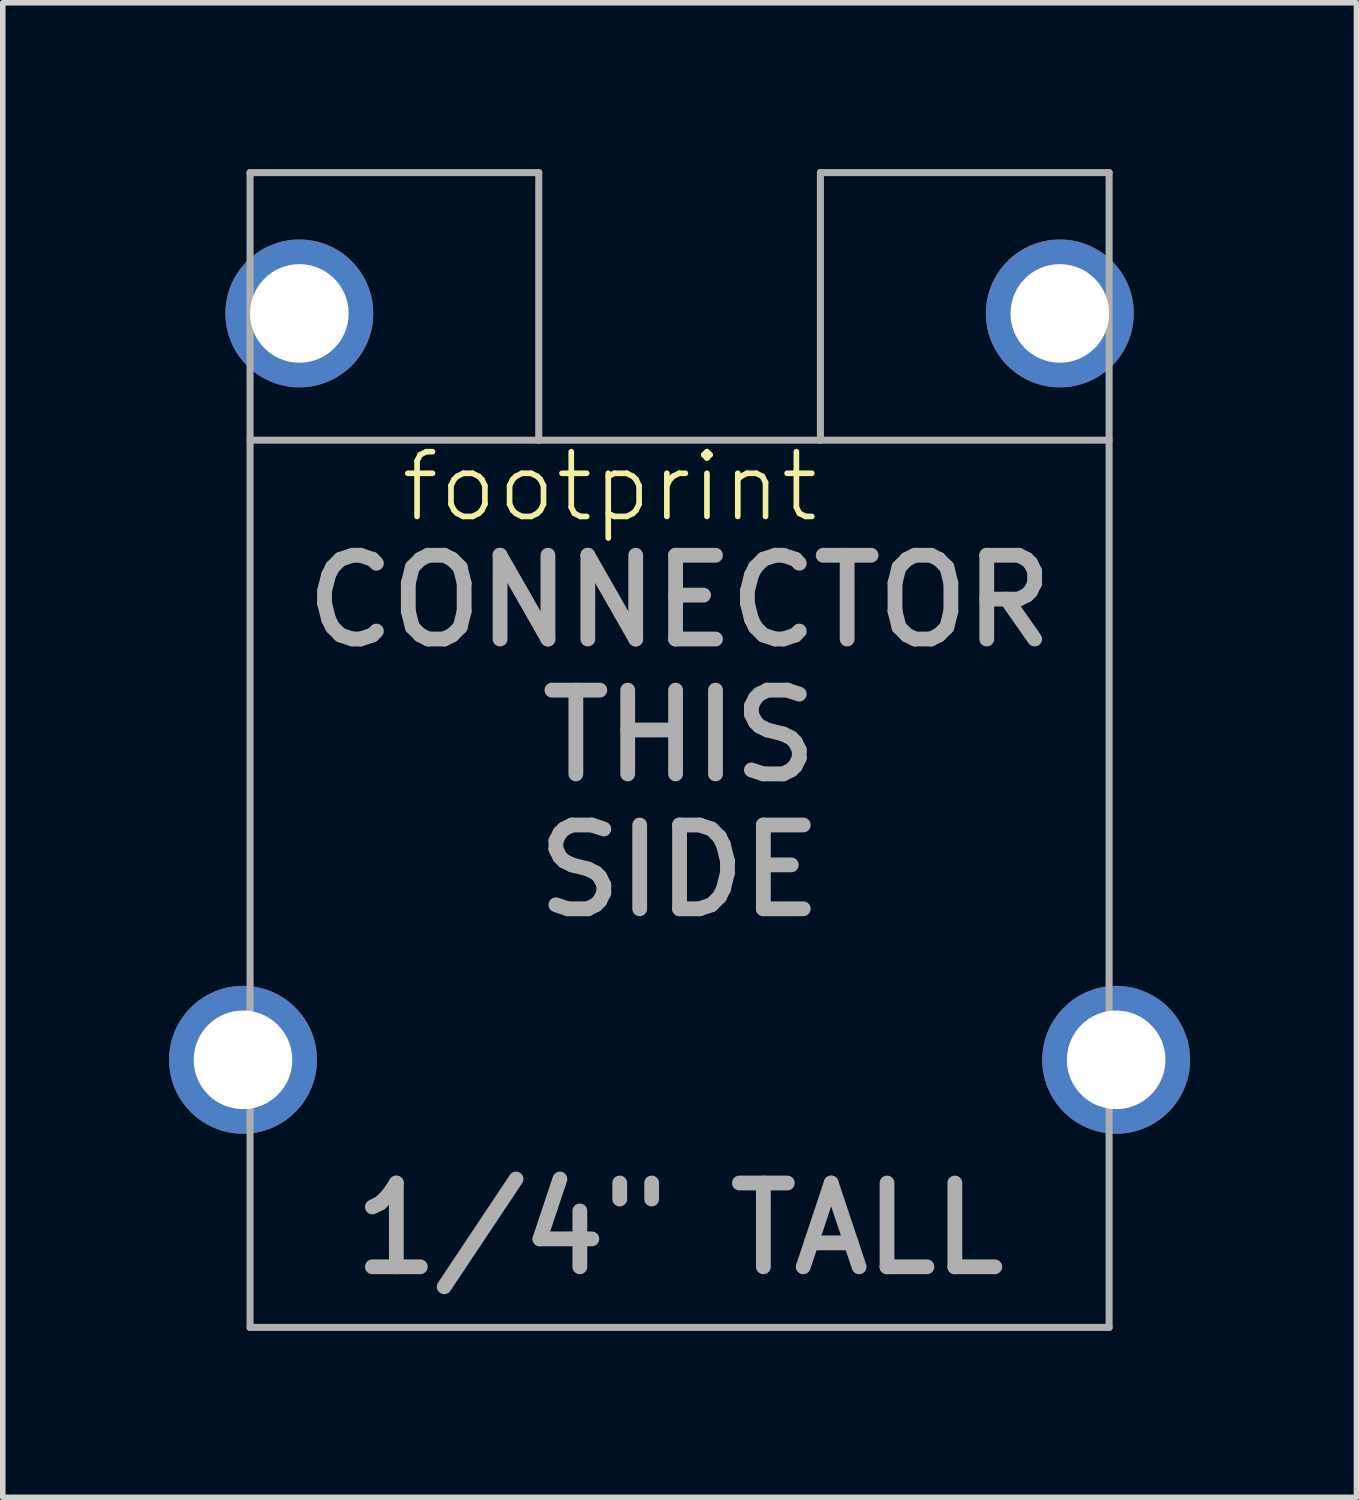
<source format=kicad_pcb>
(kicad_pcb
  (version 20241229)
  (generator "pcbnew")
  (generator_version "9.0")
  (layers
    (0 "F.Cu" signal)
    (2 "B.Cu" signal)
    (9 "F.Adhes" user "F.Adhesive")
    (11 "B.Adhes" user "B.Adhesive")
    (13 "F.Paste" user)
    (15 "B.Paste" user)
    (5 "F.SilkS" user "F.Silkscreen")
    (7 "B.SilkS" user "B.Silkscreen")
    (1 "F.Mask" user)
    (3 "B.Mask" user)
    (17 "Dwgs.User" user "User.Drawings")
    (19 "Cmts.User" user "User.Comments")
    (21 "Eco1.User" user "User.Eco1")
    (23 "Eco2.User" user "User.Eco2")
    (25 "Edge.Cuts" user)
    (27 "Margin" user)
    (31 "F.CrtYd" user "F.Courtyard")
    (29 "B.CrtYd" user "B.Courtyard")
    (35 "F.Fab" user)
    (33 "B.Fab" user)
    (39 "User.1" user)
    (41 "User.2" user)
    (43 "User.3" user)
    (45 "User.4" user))
  (footprint "footprint"
    (layer "F.Cu")
    (at 9.207 2.603)
    (property "Reference" "footprint" (at -5.08 3.81 0) (layer "F.SilkS") (effects (font (size 1.168 1.168) (thickness 0.102)) (justify left bottom)))
    (fp_line (start -7.747 -2.54) (end -7.747 18.288) (stroke (width 0.127) (type solid)) (layer "F.Fab"))
    (fp_line (start -7.747 -2.54) (end -2.54 -2.54) (stroke (width 0.127) (type solid)) (layer "F.Fab"))
    (fp_line (start -7.747 2.286) (end -2.54 2.286) (stroke (width 0.127) (type solid)) (layer "F.Fab"))
    (fp_line (start -7.747 18.288) (end 7.747 18.288) (stroke (width 0.127) (type solid)) (layer "F.Fab"))
    (fp_line (start -2.54 -2.54) (end -2.54 2.286) (stroke (width 0.127) (type solid)) (layer "F.Fab"))
    (fp_line (start -2.54 2.286) (end 2.54 2.286) (stroke (width 0.127) (type solid)) (layer "F.Fab"))
    (fp_line (start 2.54 -2.54) (end 2.54 2.286) (stroke (width 0.127) (type solid)) (layer "F.Fab"))
    (fp_line (start 2.54 -2.54) (end 7.747 -2.54) (stroke (width 0.127) (type solid)) (layer "F.Fab"))
    (fp_line (start 2.54 2.286) (end 7.747 2.286) (stroke (width 0.127) (type solid)) (layer "F.Fab"))
    (fp_line (start 7.747 -2.54) (end 7.747 18.288) (stroke (width 0.127) (type solid)) (layer "F.Fab"))
    (fp_text user "CONNECTOR\nTHIS\nSIDE" (at 0 7.62 0) (layer "F.Fab") (effects (font (size 1.511 1.511) (thickness 0.267))))
    (fp_text user "1/4\" TALL" (at 0 16.51 0) (layer "F.Fab") (effects (font (size 1.511 1.511) (thickness 0.267))))
    (pad "+" thru_hole circle (at 6.858 0) (size 2.667 2.667) (drill 1.778) (layers "*.Cu" "*.Mask"))
    (pad "-" thru_hole circle (at -6.858 0) (size 2.667 2.667) (drill 1.778) (layers "*.Cu" "*.Mask"))
    (pad "CLIP1" thru_hole circle (at -7.874 13.462) (size 2.667 2.667) (drill 1.778) (layers "*.Cu" "*.Mask"))
    (pad "CLIP2" thru_hole circle (at 7.874 13.462) (size 2.667 2.667) (drill 1.778) (layers "*.Cu" "*.Mask")))
  (gr_rect
    (start -3 -3)
    (end 21.415 23.955)
    (stroke (width 0.1) (type default))
    (fill no)
    (layer "Edge.Cuts")))
</source>
